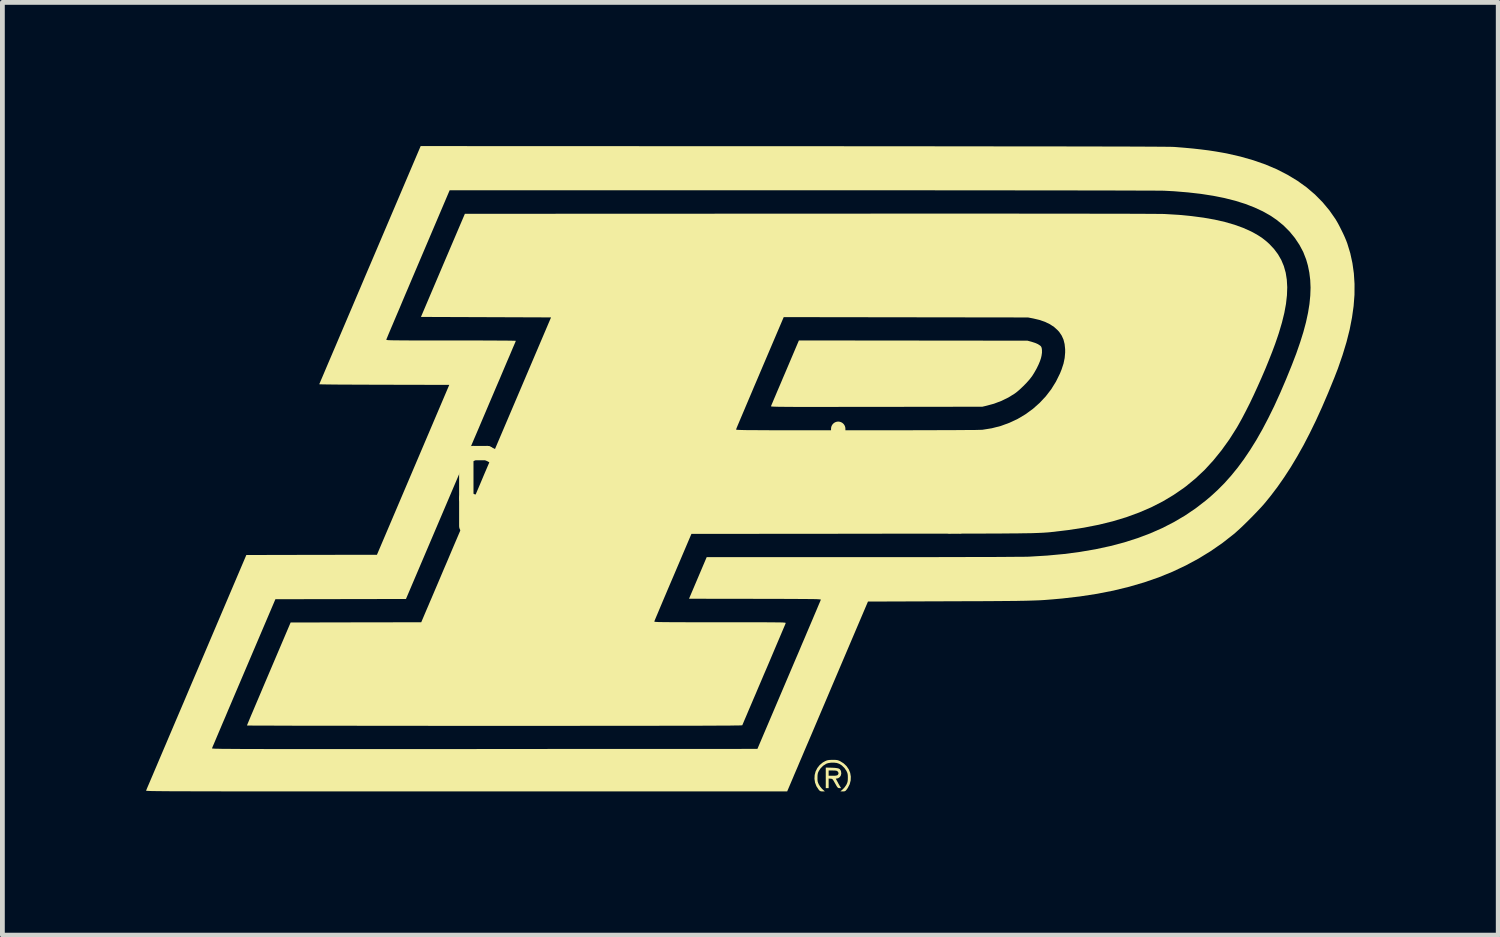
<source format=kicad_pcb>
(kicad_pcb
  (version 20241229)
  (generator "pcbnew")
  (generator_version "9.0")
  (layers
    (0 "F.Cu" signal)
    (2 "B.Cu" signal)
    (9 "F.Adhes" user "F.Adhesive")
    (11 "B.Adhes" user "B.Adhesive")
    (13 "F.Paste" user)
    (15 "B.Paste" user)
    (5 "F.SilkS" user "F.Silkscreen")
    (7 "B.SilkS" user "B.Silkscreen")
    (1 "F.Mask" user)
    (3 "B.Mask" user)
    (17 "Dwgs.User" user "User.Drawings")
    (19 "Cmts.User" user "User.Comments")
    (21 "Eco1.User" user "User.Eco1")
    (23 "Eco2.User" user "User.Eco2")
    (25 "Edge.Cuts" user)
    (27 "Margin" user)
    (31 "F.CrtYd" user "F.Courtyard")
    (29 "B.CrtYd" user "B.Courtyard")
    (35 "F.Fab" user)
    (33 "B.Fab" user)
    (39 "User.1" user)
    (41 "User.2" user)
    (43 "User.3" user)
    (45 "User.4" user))
  (footprint "purduelogo"
    (layer "F.Cu")
    (at 12.673 6.737)
    (property "Reference" "purduelogo" (at 0 0 0) (layer "F.SilkS") (effects (font (size 1.524 1.524) (thickness 0.3))))
    (attr board_only exclude_from_pos_files exclude_from_bom)
    (fp_poly (pts (xy 1.645 6.242) (xy 1.708 6.245) (xy 1.755 6.251) (xy 1.788 6.259) (xy 1.811 6.273) (xy 1.826 6.293) (xy 1.836 6.316) (xy 1.842 6.361) (xy 1.833 6.403) (xy 1.811 6.437) (xy 1.778 6.46) (xy 1.761 6.465) (xy 1.727 6.471) (xy 1.763 6.537) (xy 1.783 6.575) (xy 1.803 6.61) (xy 1.818 6.635) (xy 1.818 6.635) (xy 1.837 6.668) (xy 1.803 6.668) (xy 1.787 6.667) (xy 1.775 6.662) (xy 1.763 6.651) (xy 1.748 6.631) (xy 1.729 6.597) (xy 1.714 6.571) (xy 1.69 6.529) (xy 1.673 6.501) (xy 1.66 6.484) (xy 1.648 6.476) (xy 1.633 6.472) (xy 1.619 6.471) (xy 1.578 6.468) (xy 1.578 6.668) (xy 1.518 6.668) (xy 1.518 6.41) (xy 1.578 6.41) (xy 1.664 6.41) (xy 1.71 6.409) (xy 1.741 6.405) (xy 1.76 6.399) (xy 1.768 6.393) (xy 1.784 6.368) (xy 1.781 6.341) (xy 1.766 6.32) (xy 1.753 6.31) (xy 1.735 6.304) (xy 1.708 6.301) (xy 1.666 6.3) (xy 1.662 6.3) (xy 1.578 6.3) (xy 1.578 6.41) (xy 1.518 6.41) (xy 1.518 6.239)) (stroke (width 0) (type solid)) (fill yes) (layer "F.SilkS"))
    (fp_poly (pts (xy 5.73 -2.674) (xy 5.812 -2.652) (xy 5.887 -2.628) (xy 5.947 -2.602) (xy 5.992 -2.573) (xy 6.012 -2.554) (xy 6.026 -2.523) (xy 6.032 -2.478) (xy 6.032 -2.422) (xy 6.023 -2.36) (xy 6.012 -2.312) (xy 5.991 -2.248) (xy 5.96 -2.174) (xy 5.922 -2.096) (xy 5.879 -2.019) (xy 5.835 -1.948) (xy 5.823 -1.93) (xy 5.772 -1.864) (xy 5.708 -1.792) (xy 5.638 -1.721) (xy 5.566 -1.653) (xy 5.496 -1.594) (xy 5.462 -1.569) (xy 5.331 -1.488) (xy 5.186 -1.417) (xy 5.03 -1.358) (xy 4.879 -1.317) (xy 4.787 -1.295) (xy 2.577 -1.292) (xy 2.331 -1.292) (xy 2.103 -1.292) (xy 1.894 -1.292) (xy 1.702 -1.291) (xy 1.527 -1.291) (xy 1.368 -1.291) (xy 1.224 -1.291) (xy 1.095 -1.291) (xy 0.979 -1.291) (xy 0.877 -1.291) (xy 0.786 -1.292) (xy 0.708 -1.292) (xy 0.639 -1.293) (xy 0.581 -1.293) (xy 0.532 -1.294) (xy 0.491 -1.295) (xy 0.458 -1.296) (xy 0.431 -1.297) (xy 0.411 -1.298) (xy 0.396 -1.299) (xy 0.386 -1.3) (xy 0.379 -1.302) (xy 0.376 -1.304) (xy 0.374 -1.306) (xy 0.375 -1.308) (xy 0.375 -1.308) (xy 0.38 -1.32) (xy 0.392 -1.349) (xy 0.411 -1.393) (xy 0.435 -1.451) (xy 0.465 -1.521) (xy 0.499 -1.602) (xy 0.538 -1.693) (xy 0.58 -1.791) (xy 0.624 -1.896) (xy 0.67 -2.003) (xy 0.957 -2.679)) (stroke (width 0) (type solid)) (fill yes) (layer "F.SilkS"))
    (fp_poly (pts (xy 1.71 6.078) (xy 1.745 6.081) (xy 1.772 6.086) (xy 1.798 6.096) (xy 1.816 6.104) (xy 1.891 6.151) (xy 1.952 6.209) (xy 1.998 6.276) (xy 2.028 6.35) (xy 2.041 6.428) (xy 2.038 6.508) (xy 2.017 6.588) (xy 1.978 6.664) (xy 1.954 6.698) (xy 1.934 6.722) (xy 1.915 6.733) (xy 1.89 6.737) (xy 1.873 6.737) (xy 1.823 6.737) (xy 1.874 6.692) (xy 1.911 6.652) (xy 1.943 6.606) (xy 1.952 6.59) (xy 1.966 6.558) (xy 1.974 6.529) (xy 1.978 6.495) (xy 1.979 6.449) (xy 1.978 6.404) (xy 1.974 6.371) (xy 1.966 6.344) (xy 1.952 6.314) (xy 1.952 6.312) (xy 1.909 6.249) (xy 1.854 6.195) (xy 1.798 6.16) (xy 1.749 6.143) (xy 1.689 6.136) (xy 1.626 6.137) (xy 1.567 6.146) (xy 1.526 6.16) (xy 1.463 6.201) (xy 1.408 6.257) (xy 1.372 6.312) (xy 1.358 6.342) (xy 1.35 6.37) (xy 1.346 6.402) (xy 1.345 6.447) (xy 1.345 6.449) (xy 1.345 6.495) (xy 1.349 6.529) (xy 1.358 6.558) (xy 1.372 6.59) (xy 1.4 6.635) (xy 1.436 6.678) (xy 1.45 6.692) (xy 1.5 6.737) (xy 1.45 6.737) (xy 1.419 6.735) (xy 1.398 6.728) (xy 1.379 6.711) (xy 1.37 6.7) (xy 1.323 6.629) (xy 1.294 6.553) (xy 1.282 6.474) (xy 1.286 6.395) (xy 1.306 6.319) (xy 1.342 6.248) (xy 1.392 6.185) (xy 1.456 6.132) (xy 1.507 6.104) (xy 1.537 6.091) (xy 1.564 6.084) (xy 1.597 6.08) (xy 1.64 6.078) (xy 1.662 6.078)) (stroke (width 0) (type solid)) (fill yes) (layer "F.SilkS"))
    (fp_poly (pts (xy 4.722 -5.327) (xy 5.079 -5.327) (xy 5.419 -5.327) (xy 5.74 -5.326) (xy 6.043 -5.326) (xy 6.328 -5.326) (xy 6.596 -5.326) (xy 6.846 -5.326) (xy 7.079 -5.325) (xy 7.295 -5.325) (xy 7.494 -5.325) (xy 7.676 -5.324) (xy 7.841 -5.324) (xy 7.99 -5.323) (xy 8.122 -5.323) (xy 8.239 -5.322) (xy 8.339 -5.322) (xy 8.424 -5.321) (xy 8.493 -5.32) (xy 8.547 -5.32) (xy 8.585 -5.319) (xy 8.607 -5.318) (xy 8.892 -5.301) (xy 9.159 -5.275) (xy 9.408 -5.242) (xy 9.64 -5.201) (xy 9.854 -5.152) (xy 10.051 -5.095) (xy 10.231 -5.03) (xy 10.394 -4.957) (xy 10.437 -4.935) (xy 10.541 -4.876) (xy 10.632 -4.816) (xy 10.717 -4.749) (xy 10.779 -4.693) (xy 10.877 -4.589) (xy 10.96 -4.478) (xy 11.029 -4.358) (xy 11.082 -4.231) (xy 11.121 -4.093) (xy 11.144 -3.947) (xy 11.153 -3.79) (xy 11.147 -3.622) (xy 11.127 -3.443) (xy 11.092 -3.253) (xy 11.042 -3.05) (xy 10.978 -2.834) (xy 10.957 -2.771) (xy 10.902 -2.611) (xy 10.839 -2.442) (xy 10.769 -2.265) (xy 10.695 -2.083) (xy 10.616 -1.9) (xy 10.535 -1.718) (xy 10.453 -1.539) (xy 10.371 -1.367) (xy 10.289 -1.205) (xy 10.21 -1.054) (xy 10.135 -0.919) (xy 10.1 -0.858) (xy 9.944 -0.612) (xy 9.78 -0.384) (xy 9.609 -0.173) (xy 9.43 0.022) (xy 9.241 0.2) (xy 9.042 0.364) (xy 8.994 0.4) (xy 8.78 0.547) (xy 8.554 0.682) (xy 8.315 0.804) (xy 8.062 0.913) (xy 7.795 1.011) (xy 7.514 1.096) (xy 7.218 1.169) (xy 6.907 1.23) (xy 6.581 1.28) (xy 6.424 1.299) (xy 6.383 1.304) (xy 6.345 1.308) (xy 6.309 1.313) (xy 6.275 1.317) (xy 6.241 1.32) (xy 6.208 1.324) (xy 6.174 1.327) (xy 6.14 1.33) (xy 6.104 1.332) (xy 6.065 1.335) (xy 6.023 1.337) (xy 5.978 1.339) (xy 5.928 1.341) (xy 5.873 1.343) (xy 5.813 1.345) (xy 5.746 1.346) (xy 5.672 1.347) (xy 5.59 1.348) (xy 5.5 1.35) (xy 5.401 1.35) (xy 5.293 1.351) (xy 5.174 1.352) (xy 5.044 1.353) (xy 4.902 1.353) (xy 4.748 1.354) (xy 4.581 1.354) (xy 4.401 1.354) (xy 4.206 1.355) (xy 3.996 1.355) (xy 3.77 1.355) (xy 3.528 1.356) (xy 3.27 1.356) (xy 2.993 1.356) (xy 2.698 1.356) (xy 2.384 1.357) (xy 2.281 1.357) (xy -1.287 1.36) (xy -1.671 2.263) (xy -1.726 2.391) (xy -1.778 2.513) (xy -1.827 2.629) (xy -1.873 2.737) (xy -1.915 2.837) (xy -1.953 2.927) (xy -1.986 3.006) (xy -2.014 3.072) (xy -2.036 3.124) (xy -2.051 3.161) (xy -2.06 3.182) (xy -2.061 3.186) (xy -2.061 3.189) (xy -2.06 3.191) (xy -2.057 3.193) (xy -2.05 3.195) (xy -2.038 3.197) (xy -2.021 3.198) (xy -1.998 3.199) (xy -1.968 3.201) (xy -1.929 3.201) (xy -1.881 3.202) (xy -1.823 3.203) (xy -1.754 3.203) (xy -1.672 3.204) (xy -1.578 3.204) (xy -1.469 3.204) (xy -1.346 3.205) (xy -1.206 3.205) (xy -1.049 3.205) (xy -0.875 3.205) (xy -0.69 3.205) (xy -0.497 3.205) (xy -0.323 3.205) (xy -0.166 3.205) (xy -0.027 3.205) (xy 0.096 3.205) (xy 0.204 3.205) (xy 0.298 3.206) (xy 0.379 3.206) (xy 0.448 3.207) (xy 0.506 3.208) (xy 0.553 3.208) (xy 0.592 3.209) (xy 0.622 3.21) (xy 0.644 3.212) (xy 0.661 3.213) (xy 0.672 3.215) (xy 0.678 3.217) (xy 0.681 3.219) (xy 0.682 3.221) (xy 0.682 3.222) (xy 0.677 3.233) (xy 0.666 3.262) (xy 0.647 3.306) (xy 0.622 3.365) (xy 0.591 3.438) (xy 0.555 3.523) (xy 0.514 3.619) (xy 0.469 3.725) (xy 0.42 3.841) (xy 0.368 3.964) (xy 0.313 4.094) (xy 0.255 4.229) (xy 0.228 4.291) (xy 0.17 4.428) (xy 0.113 4.561) (xy 0.06 4.687) (xy 0.009 4.805) (xy -0.038 4.916) (xy -0.081 5.016) (xy -0.119 5.106) (xy -0.152 5.184) (xy -0.18 5.249) (xy -0.201 5.299) (xy -0.216 5.334) (xy -0.224 5.353) (xy -0.225 5.355) (xy -0.229 5.356) (xy -0.24 5.357) (xy -0.258 5.358) (xy -0.285 5.359) (xy -0.32 5.36) (xy -0.364 5.36) (xy -0.417 5.361) (xy -0.479 5.362) (xy -0.552 5.362) (xy -0.636 5.363) (xy -0.73 5.363) (xy -0.836 5.364) (xy -0.954 5.364) (xy -1.084 5.365) (xy -1.227 5.365) (xy -1.383 5.366) (xy -1.552 5.366) (xy -1.736 5.366) (xy -1.934 5.366) (xy -2.147 5.367) (xy -2.375 5.367) (xy -2.619 5.367) (xy -2.879 5.367) (xy -3.156 5.367) (xy -3.45 5.367) (xy -3.761 5.368) (xy -4.09 5.368) (xy -4.438 5.368) (xy -4.804 5.368) (xy -5.189 5.368) (xy -5.399 5.368) (xy -5.718 5.368) (xy -6.032 5.368) (xy -6.341 5.368) (xy -6.643 5.368) (xy -6.939 5.367) (xy -7.228 5.367) (xy -7.508 5.367) (xy -7.78 5.367) (xy -8.043 5.367) (xy -8.297 5.366) (xy -8.54 5.366) (xy -8.772 5.366) (xy -8.993 5.366) (xy -9.202 5.365) (xy -9.399 5.365) (xy -9.582 5.365) (xy -9.752 5.364) (xy -9.907 5.364) (xy -10.047 5.363) (xy -10.172 5.363) (xy -10.281 5.362) (xy -10.373 5.362) (xy -10.448 5.362) (xy -10.505 5.361) (xy -10.544 5.361) (xy -10.564 5.36) (xy -10.567 5.36) (xy -10.563 5.35) (xy -10.552 5.323) (xy -10.534 5.28) (xy -10.51 5.222) (xy -10.48 5.15) (xy -10.444 5.066) (xy -10.404 4.971) (xy -10.359 4.865) (xy -10.31 4.75) (xy -10.258 4.627) (xy -10.203 4.497) (xy -10.145 4.361) (xy -10.111 4.281) (xy -9.655 3.21) (xy -8.292 3.207) (xy -6.928 3.205) (xy -6.813 2.934) (xy -6.8 2.904) (xy -6.779 2.855) (xy -6.752 2.791) (xy -6.717 2.71) (xy -6.676 2.614) (xy -6.629 2.503) (xy -6.576 2.379) (xy -6.518 2.242) (xy -6.455 2.093) (xy -6.386 1.933) (xy -6.314 1.762) (xy -6.237 1.581) (xy -6.156 1.392) (xy -6.072 1.194) (xy -5.984 0.989) (xy -5.894 0.777) (xy -5.801 0.559) (xy -5.706 0.336) (xy -5.61 0.108) (xy -5.511 -0.123) (xy -5.458 -0.248) (xy -5.214 -0.821) (xy -0.355 -0.821) (xy -0.354 -0.819) (xy -0.352 -0.818) (xy -0.347 -0.816) (xy -0.34 -0.814) (xy -0.329 -0.813) (xy -0.313 -0.812) (xy -0.292 -0.811) (xy -0.265 -0.81) (xy -0.231 -0.809) (xy -0.19 -0.808) (xy -0.141 -0.807) (xy -0.084 -0.807) (xy -0.016 -0.806) (xy 0.061 -0.806) (xy 0.15 -0.805) (xy 0.25 -0.805) (xy 0.362 -0.804) (xy 0.487 -0.804) (xy 0.627 -0.804) (xy 0.781 -0.804) (xy 0.95 -0.804) (xy 1.135 -0.804) (xy 1.336 -0.804) (xy 1.555 -0.804) (xy 1.792 -0.804) (xy 2.048 -0.804) (xy 2.167 -0.804) (xy 2.475 -0.804) (xy 2.763 -0.804) (xy 3.032 -0.804) (xy 3.281 -0.804) (xy 3.511 -0.805) (xy 3.721 -0.805) (xy 3.913 -0.806) (xy 4.085 -0.806) (xy 4.238 -0.807) (xy 4.372 -0.808) (xy 4.488 -0.809) (xy 4.585 -0.809) (xy 4.663 -0.81) (xy 4.723 -0.812) (xy 4.765 -0.813) (xy 4.788 -0.814) (xy 4.79 -0.814) (xy 4.983 -0.845) (xy 5.171 -0.893) (xy 5.351 -0.959) (xy 5.524 -1.04) (xy 5.687 -1.137) (xy 5.84 -1.248) (xy 5.981 -1.373) (xy 6.11 -1.51) (xy 6.225 -1.659) (xy 6.324 -1.819) (xy 6.408 -1.989) (xy 6.442 -2.074) (xy 6.482 -2.196) (xy 6.506 -2.312) (xy 6.516 -2.425) (xy 6.516 -2.495) (xy 6.505 -2.602) (xy 6.482 -2.695) (xy 6.445 -2.778) (xy 6.394 -2.854) (xy 6.361 -2.891) (xy 6.285 -2.96) (xy 6.197 -3.018) (xy 6.096 -3.067) (xy 5.98 -3.107) (xy 5.849 -3.138) (xy 5.74 -3.159) (xy 0.64 -3.166) (xy 0.145 -2.004) (xy 0.084 -1.86) (xy 0.024 -1.72) (xy -0.032 -1.587) (xy -0.086 -1.46) (xy -0.136 -1.342) (xy -0.182 -1.233) (xy -0.224 -1.134) (xy -0.261 -1.047) (xy -0.292 -0.973) (xy -0.318 -0.912) (xy -0.337 -0.866) (xy -0.349 -0.836) (xy -0.354 -0.823) (xy -0.354 -0.823) (xy -0.355 -0.821) (xy -5.214 -0.821) (xy -4.218 -3.16) (xy -5.576 -3.165) (xy -6.934 -3.17) (xy -6.476 -4.247) (xy -6.017 -5.323) (xy 1.181 -5.326) (xy 1.691 -5.326) (xy 2.182 -5.326) (xy 2.653 -5.327) (xy 3.105 -5.327) (xy 3.537 -5.327) (xy 3.951 -5.327) (xy 4.346 -5.327)) (stroke (width 0) (type solid)) (fill yes) (layer "F.SilkS"))
    (fp_poly (pts (xy 0.848 -6.734) (xy 1.35 -6.734) (xy 1.832 -6.734) (xy 2.295 -6.733) (xy 2.74 -6.733) (xy 3.165 -6.733) (xy 3.572 -6.733) (xy 3.961 -6.732) (xy 4.333 -6.732) (xy 4.687 -6.732) (xy 5.024 -6.731) (xy 5.344 -6.731) (xy 5.648 -6.731) (xy 5.936 -6.73) (xy 6.208 -6.73) (xy 6.464 -6.73) (xy 6.705 -6.729) (xy 6.931 -6.729) (xy 7.143 -6.729) (xy 7.34 -6.728) (xy 7.523 -6.728) (xy 7.692 -6.727) (xy 7.849 -6.727) (xy 7.992 -6.726) (xy 8.122 -6.726) (xy 8.24 -6.725) (xy 8.345 -6.725) (xy 8.439 -6.724) (xy 8.521 -6.723) (xy 8.592 -6.723) (xy 8.653 -6.722) (xy 8.702 -6.722) (xy 8.741 -6.721) (xy 8.77 -6.72) (xy 8.79 -6.719) (xy 8.796 -6.719) (xy 8.997 -6.703) (xy 9.182 -6.686) (xy 9.352 -6.667) (xy 9.511 -6.647) (xy 9.661 -6.624) (xy 9.805 -6.599) (xy 9.892 -6.583) (xy 10.176 -6.518) (xy 10.445 -6.441) (xy 10.698 -6.353) (xy 10.936 -6.252) (xy 11.158 -6.138) (xy 11.365 -6.013) (xy 11.556 -5.876) (xy 11.732 -5.726) (xy 11.891 -5.565) (xy 12.035 -5.392) (xy 12.159 -5.214) (xy 12.195 -5.154) (xy 12.235 -5.081) (xy 12.276 -5) (xy 12.317 -4.917) (xy 12.354 -4.836) (xy 12.385 -4.762) (xy 12.407 -4.703) (xy 12.469 -4.5) (xy 12.514 -4.293) (xy 12.544 -4.079) (xy 12.558 -3.859) (xy 12.557 -3.633) (xy 12.539 -3.398) (xy 12.505 -3.156) (xy 12.456 -2.905) (xy 12.39 -2.644) (xy 12.308 -2.374) (xy 12.211 -2.093) (xy 12.136 -1.9) (xy 12.007 -1.584) (xy 11.879 -1.286) (xy 11.751 -1.005) (xy 11.622 -0.741) (xy 11.493 -0.492) (xy 11.361 -0.257) (xy 11.228 -0.035) (xy 11.091 0.176) (xy 10.951 0.377) (xy 10.806 0.568) (xy 10.695 0.705) (xy 10.65 0.757) (xy 10.593 0.82) (xy 10.527 0.89) (xy 10.455 0.965) (xy 10.38 1.041) (xy 10.304 1.117) (xy 10.23 1.189) (xy 10.16 1.255) (xy 10.098 1.311) (xy 10.047 1.357) (xy 10.041 1.361) (xy 9.804 1.547) (xy 9.558 1.718) (xy 9.302 1.875) (xy 9.035 2.019) (xy 8.758 2.15) (xy 8.468 2.268) (xy 8.167 2.372) (xy 7.852 2.464) (xy 7.524 2.544) (xy 7.182 2.611) (xy 6.825 2.666) (xy 6.454 2.709) (xy 6.241 2.728) (xy 6.188 2.732) (xy 6.138 2.736) (xy 6.088 2.74) (xy 6.039 2.743) (xy 5.989 2.746) (xy 5.936 2.748) (xy 5.881 2.75) (xy 5.821 2.752) (xy 5.755 2.754) (xy 5.684 2.756) (xy 5.604 2.757) (xy 5.516 2.759) (xy 5.418 2.76) (xy 5.31 2.761) (xy 5.189 2.762) (xy 5.056 2.763) (xy 4.908 2.764) (xy 4.745 2.765) (xy 4.566 2.765) (xy 4.37 2.766) (xy 4.155 2.767) (xy 4.089 2.767) (xy 2.399 2.773) (xy 1.685 4.45) (xy 1.609 4.629) (xy 1.534 4.806) (xy 1.46 4.98) (xy 1.388 5.149) (xy 1.318 5.314) (xy 1.251 5.472) (xy 1.187 5.622) (xy 1.126 5.764) (xy 1.07 5.895) (xy 1.019 6.016) (xy 0.972 6.125) (xy 0.932 6.221) (xy 0.897 6.302) (xy 0.869 6.367) (xy 0.848 6.416) (xy 0.842 6.432) (xy 0.712 6.737) (xy -5.984 6.737) (xy -6.421 6.737) (xy -6.839 6.737) (xy -7.237 6.737) (xy -7.618 6.737) (xy -7.98 6.737) (xy -8.324 6.737) (xy -8.652 6.737) (xy -8.962 6.737) (xy -9.256 6.737) (xy -9.535 6.737) (xy -9.798 6.737) (xy -10.045 6.736) (xy -10.279 6.736) (xy -10.498 6.736) (xy -10.703 6.736) (xy -10.895 6.736) (xy -11.075 6.736) (xy -11.241 6.735) (xy -11.396 6.735) (xy -11.54 6.735) (xy -11.672 6.735) (xy -11.794 6.734) (xy -11.906 6.734) (xy -12.008 6.734) (xy -12.1 6.733) (xy -12.184 6.733) (xy -12.259 6.732) (xy -12.326 6.732) (xy -12.386 6.731) (xy -12.438 6.731) (xy -12.484 6.73) (xy -12.524 6.729) (xy -12.558 6.729) (xy -12.586 6.728) (xy -12.609 6.727) (xy -12.628 6.726) (xy -12.643 6.725) (xy -12.655 6.725) (xy -12.663 6.724) (xy -12.668 6.723) (xy -12.672 6.722) (xy -12.673 6.72) (xy -12.673 6.72) (xy -12.668 6.709) (xy -12.657 6.681) (xy -12.638 6.636) (xy -12.612 6.576) (xy -12.58 6.5) (xy -12.541 6.409) (xy -12.497 6.305) (xy -12.447 6.188) (xy -12.392 6.058) (xy -12.332 5.917) (xy -12.298 5.837) (xy -11.297 5.837) (xy -11.296 5.838) (xy -11.295 5.839) (xy -11.291 5.84) (xy -11.285 5.841) (xy -11.275 5.842) (xy -11.263 5.843) (xy -11.246 5.844) (xy -11.225 5.845) (xy -11.199 5.846) (xy -11.168 5.846) (xy -11.131 5.847) (xy -11.087 5.848) (xy -11.037 5.848) (xy -10.979 5.849) (xy -10.914 5.849) (xy -10.841 5.85) (xy -10.759 5.85) (xy -10.667 5.851) (xy -10.567 5.851) (xy -10.456 5.851) (xy -10.334 5.851) (xy -10.201 5.852) (xy -10.057 5.852) (xy -9.901 5.852) (xy -9.732 5.852) (xy -9.55 5.852) (xy -9.355 5.852) (xy -9.146 5.852) (xy -8.923 5.852) (xy -8.684 5.852) (xy -8.431 5.852) (xy -8.161 5.852) (xy -7.876 5.852) (xy -7.573 5.852) (xy -7.253 5.852) (xy -6.916 5.852) (xy -6.56 5.852) (xy -6.186 5.852) (xy -5.792 5.852) (xy -5.606 5.851) (xy 0.091 5.849) (xy 0.75 4.301) (xy 0.821 4.134) (xy 0.89 3.972) (xy 0.957 3.816) (xy 1.02 3.666) (xy 1.081 3.524) (xy 1.137 3.391) (xy 1.19 3.267) (xy 1.238 3.154) (xy 1.281 3.052) (xy 1.319 2.963) (xy 1.351 2.887) (xy 1.377 2.825) (xy 1.397 2.779) (xy 1.409 2.749) (xy 1.415 2.736) (xy 1.415 2.736) (xy 1.415 2.734) (xy 1.413 2.731) (xy 1.407 2.729) (xy 1.398 2.728) (xy 1.383 2.726) (xy 1.363 2.725) (xy 1.335 2.723) (xy 1.299 2.722) (xy 1.255 2.721) (xy 1.201 2.721) (xy 1.135 2.72) (xy 1.058 2.719) (xy 0.968 2.719) (xy 0.865 2.718) (xy 0.746 2.718) (xy 0.612 2.717) (xy 0.462 2.717) (xy 0.293 2.717) (xy 0.107 2.716) (xy 0.041 2.716) (xy -1.337 2.714) (xy -0.968 1.845) (xy 2.292 1.845) (xy 2.616 1.845) (xy 2.927 1.845) (xy 3.224 1.845) (xy 3.506 1.845) (xy 3.774 1.845) (xy 4.026 1.844) (xy 4.263 1.844) (xy 4.484 1.843) (xy 4.69 1.843) (xy 4.878 1.842) (xy 5.05 1.842) (xy 5.205 1.841) (xy 5.342 1.84) (xy 5.461 1.839) (xy 5.562 1.839) (xy 5.644 1.838) (xy 5.708 1.837) (xy 5.752 1.836) (xy 5.77 1.835) (xy 6.138 1.813) (xy 6.491 1.78) (xy 6.827 1.736) (xy 7.149 1.681) (xy 7.455 1.615) (xy 7.748 1.538) (xy 8.027 1.449) (xy 8.293 1.349) (xy 8.547 1.237) (xy 8.788 1.113) (xy 9.019 0.977) (xy 9.239 0.828) (xy 9.448 0.667) (xy 9.548 0.583) (xy 9.698 0.446) (xy 9.843 0.3) (xy 9.983 0.143) (xy 10.119 -0.024) (xy 10.251 -0.203) (xy 10.381 -0.396) (xy 10.509 -0.602) (xy 10.634 -0.822) (xy 10.758 -1.058) (xy 10.882 -1.31) (xy 11.005 -1.58) (xy 11.128 -1.867) (xy 11.248 -2.162) (xy 11.342 -2.407) (xy 11.422 -2.638) (xy 11.49 -2.855) (xy 11.545 -3.061) (xy 11.587 -3.256) (xy 11.617 -3.44) (xy 11.634 -3.615) (xy 11.64 -3.782) (xy 11.633 -3.942) (xy 11.614 -4.096) (xy 11.584 -4.244) (xy 11.548 -4.37) (xy 11.487 -4.526) (xy 11.407 -4.676) (xy 11.311 -4.82) (xy 11.2 -4.955) (xy 11.074 -5.081) (xy 10.935 -5.194) (xy 10.805 -5.283) (xy 10.644 -5.374) (xy 10.467 -5.456) (xy 10.276 -5.53) (xy 10.069 -5.595) (xy 9.847 -5.651) (xy 9.608 -5.699) (xy 9.352 -5.739) (xy 9.08 -5.77) (xy 8.79 -5.794) (xy 8.602 -5.804) (xy 8.577 -5.805) (xy 8.533 -5.806) (xy 8.469 -5.806) (xy 8.385 -5.807) (xy 8.282 -5.807) (xy 8.16 -5.808) (xy 8.019 -5.808) (xy 7.859 -5.809) (xy 7.68 -5.809) (xy 7.483 -5.81) (xy 7.266 -5.81) (xy 7.032 -5.811) (xy 6.779 -5.811) (xy 6.508 -5.812) (xy 6.219 -5.812) (xy 5.912 -5.812) (xy 5.588 -5.812) (xy 5.245 -5.813) (xy 4.886 -5.813) (xy 4.508 -5.813) (xy 4.114 -5.813) (xy 3.703 -5.814) (xy 3.274 -5.814) (xy 2.829 -5.814) (xy 2.367 -5.814) (xy 1.888 -5.814) (xy 1.393 -5.814) (xy 1.027 -5.814) (xy -6.335 -5.814) (xy -6.994 -4.265) (xy -7.065 -4.098) (xy -7.134 -3.936) (xy -7.2 -3.78) (xy -7.264 -3.63) (xy -7.324 -3.488) (xy -7.38 -3.354) (xy -7.433 -3.23) (xy -7.481 -3.117) (xy -7.524 -3.015) (xy -7.562 -2.926) (xy -7.594 -2.85) (xy -7.62 -2.788) (xy -7.639 -2.741) (xy -7.652 -2.711) (xy -7.657 -2.698) (xy -7.657 -2.698) (xy -7.657 -2.695) (xy -7.656 -2.693) (xy -7.653 -2.691) (xy -7.646 -2.689) (xy -7.634 -2.687) (xy -7.617 -2.685) (xy -7.594 -2.684) (xy -7.564 -2.683) (xy -7.525 -2.682) (xy -7.477 -2.681) (xy -7.419 -2.681) (xy -7.349 -2.68) (xy -7.267 -2.68) (xy -7.172 -2.679) (xy -7.063 -2.679) (xy -6.939 -2.679) (xy -6.799 -2.679) (xy -6.641 -2.679) (xy -6.466 -2.679) (xy -6.306 -2.679) (xy -6.136 -2.679) (xy -5.974 -2.679) (xy -5.82 -2.678) (xy -5.675 -2.678) (xy -5.541 -2.677) (xy -5.417 -2.677) (xy -5.306 -2.676) (xy -5.208 -2.675) (xy -5.124 -2.675) (xy -5.056 -2.674) (xy -5.004 -2.673) (xy -4.97 -2.672) (xy -4.954 -2.671) (xy -4.953 -2.67) (xy -4.957 -2.661) (xy -4.968 -2.633) (xy -4.987 -2.589) (xy -5.013 -2.529) (xy -5.045 -2.453) (xy -5.083 -2.363) (xy -5.128 -2.259) (xy -5.178 -2.141) (xy -5.233 -2.011) (xy -5.293 -1.869) (xy -5.359 -1.716) (xy -5.428 -1.553) (xy -5.502 -1.38) (xy -5.579 -1.198) (xy -5.66 -1.008) (xy -5.744 -0.81) (xy -5.832 -0.605) (xy -5.921 -0.395) (xy -6.013 -0.179) (xy -6.101 0.028) (xy -7.247 2.719) (xy -9.973 2.724) (xy -10.632 4.271) (xy -10.703 4.438) (xy -10.772 4.6) (xy -10.839 4.757) (xy -10.902 4.906) (xy -10.963 5.048) (xy -11.019 5.182) (xy -11.072 5.305) (xy -11.12 5.419) (xy -11.163 5.52) (xy -11.201 5.61) (xy -11.233 5.686) (xy -11.259 5.747) (xy -11.279 5.793) (xy -11.291 5.823) (xy -11.297 5.836) (xy -11.297 5.837) (xy -12.298 5.837) (xy -12.267 5.765) (xy -12.199 5.604) (xy -12.126 5.433) (xy -12.05 5.254) (xy -11.97 5.067) (xy -11.887 4.873) (xy -11.802 4.672) (xy -11.715 4.467) (xy -11.625 4.256) (xy -11.623 4.252) (xy -10.58 1.801) (xy -9.216 1.798) (xy -7.853 1.796) (xy -6.343 -1.751) (xy -7.702 -1.754) (xy -7.87 -1.754) (xy -8.032 -1.755) (xy -8.186 -1.755) (xy -8.331 -1.756) (xy -8.465 -1.757) (xy -8.589 -1.757) (xy -8.7 -1.758) (xy -8.799 -1.759) (xy -8.883 -1.76) (xy -8.951 -1.761) (xy -9.004 -1.762) (xy -9.039 -1.763) (xy -9.056 -1.764) (xy -9.057 -1.765) (xy -9.053 -1.775) (xy -9.041 -1.802) (xy -9.023 -1.846) (xy -8.997 -1.906) (xy -8.965 -1.981) (xy -8.927 -2.071) (xy -8.883 -2.175) (xy -8.833 -2.292) (xy -8.778 -2.421) (xy -8.718 -2.561) (xy -8.654 -2.712) (xy -8.585 -2.874) (xy -8.512 -3.045) (xy -8.436 -3.224) (xy -8.356 -3.411) (xy -8.274 -3.605) (xy -8.188 -3.806) (xy -8.101 -4.012) (xy -8.011 -4.223) (xy -7.997 -4.255) (xy -6.94 -6.737)) (stroke (width 0) (type solid)) (fill yes) (layer "F.SilkS")))
  (gr_rect
    (start -3 -3)
    (end 28.231 16.474)
    (stroke (width 0.1) (type default))
    (fill no)
    (layer "Edge.Cuts")))
</source>
